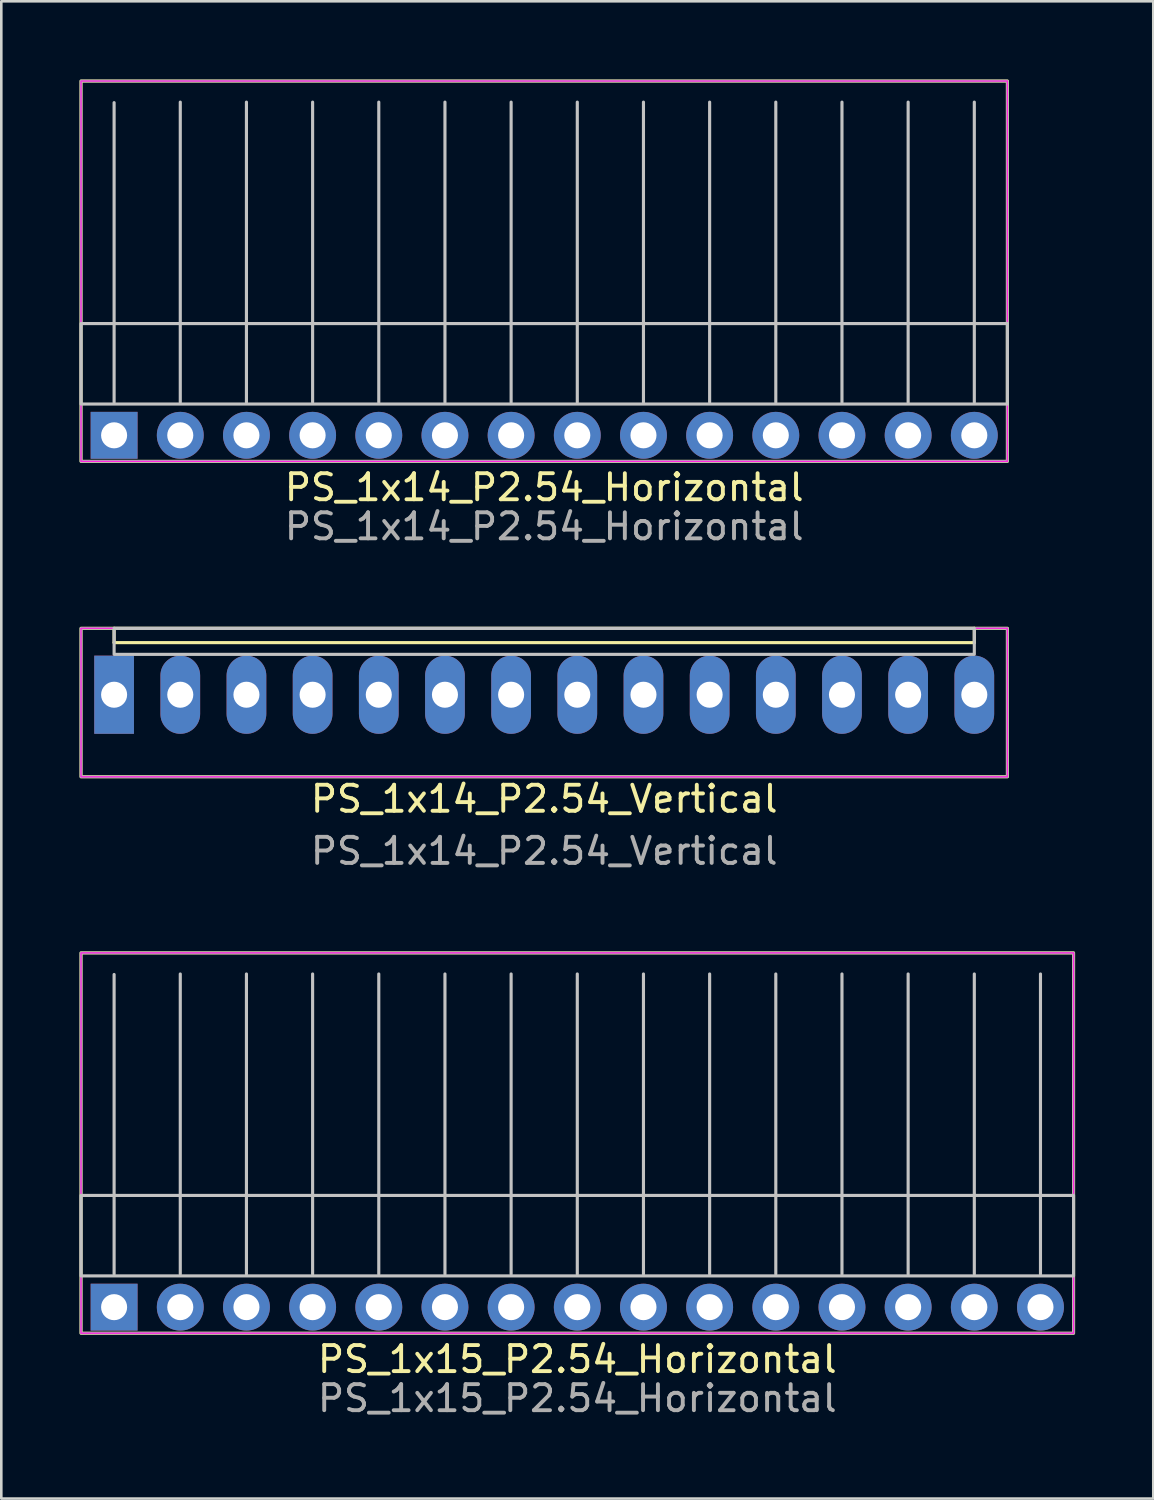
<source format=kicad_pcb>
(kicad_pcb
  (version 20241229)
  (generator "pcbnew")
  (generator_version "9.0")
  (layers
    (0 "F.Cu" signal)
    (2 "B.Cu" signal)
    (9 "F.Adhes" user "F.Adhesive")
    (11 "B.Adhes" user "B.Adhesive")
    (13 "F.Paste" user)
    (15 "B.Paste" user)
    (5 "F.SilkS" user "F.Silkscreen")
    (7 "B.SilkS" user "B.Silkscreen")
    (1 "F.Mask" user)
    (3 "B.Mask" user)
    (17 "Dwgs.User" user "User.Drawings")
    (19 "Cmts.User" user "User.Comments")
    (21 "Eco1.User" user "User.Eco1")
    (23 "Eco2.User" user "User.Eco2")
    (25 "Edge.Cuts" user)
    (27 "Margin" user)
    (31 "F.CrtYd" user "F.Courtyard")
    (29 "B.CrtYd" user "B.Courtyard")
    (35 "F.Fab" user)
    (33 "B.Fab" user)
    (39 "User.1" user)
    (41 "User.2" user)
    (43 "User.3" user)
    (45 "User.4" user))
  (footprint "PS_1x14_P2.54_Horizontal"
    (layer "F.Cu")
    (at 1.33 13.66)
    (property "Reference" "PS_1x14_P2.54_Horizontal" (at 16.51 2 0) (layer "F.SilkS") (effects (font (size 1 1) (thickness 0.15))))
    (attr through_hole)
    (fp_rect (start -1.27 -13.6) (end 34.29 1) (stroke (width 0.12) (type default)) (fill no) (layer "F.SilkS"))
    (fp_line (start 0 -1.27) (end 0 -12.77) (stroke (width 0.12) (type solid)) (layer "Dwgs.User"))
    (fp_line (start 2.54 -1.27) (end 2.54 -12.79) (stroke (width 0.12) (type solid)) (layer "Dwgs.User"))
    (fp_line (start 5.08 -1.27) (end 5.08 -12.79) (stroke (width 0.12) (type solid)) (layer "Dwgs.User"))
    (fp_line (start 7.62 -1.27) (end 7.62 -12.79) (stroke (width 0.12) (type solid)) (layer "Dwgs.User"))
    (fp_line (start 10.16 -1.27) (end 10.16 -12.79) (stroke (width 0.12) (type solid)) (layer "Dwgs.User"))
    (fp_line (start 12.7 -1.27) (end 12.7 -12.79) (stroke (width 0.12) (type solid)) (layer "Dwgs.User"))
    (fp_line (start 15.24 -1.27) (end 15.24 -12.79) (stroke (width 0.12) (type solid)) (layer "Dwgs.User"))
    (fp_line (start 17.78 -1.27) (end 17.78 -12.79) (stroke (width 0.12) (type solid)) (layer "Dwgs.User"))
    (fp_line (start 20.32 -1.27) (end 20.32 -12.79) (stroke (width 0.12) (type solid)) (layer "Dwgs.User"))
    (fp_line (start 22.86 -1.27) (end 22.86 -12.79) (stroke (width 0.12) (type solid)) (layer "Dwgs.User"))
    (fp_line (start 25.4 -1.27) (end 25.4 -12.79) (stroke (width 0.12) (type solid)) (layer "Dwgs.User"))
    (fp_line (start 27.94 -1.27) (end 27.94 -12.79) (stroke (width 0.12) (type solid)) (layer "Dwgs.User"))
    (fp_line (start 30.48 -1.27) (end 30.48 -12.79) (stroke (width 0.12) (type solid)) (layer "Dwgs.User"))
    (fp_line (start 33.02 -1.27) (end 33.02 -12.79) (stroke (width 0.12) (type solid)) (layer "Dwgs.User"))
    (fp_rect (start -1.27 -4.29) (end 34.29 -1.2) (stroke (width 0.12) (type solid)) (fill no) (layer "Dwgs.User"))
    (fp_rect (start -1.27 -13.6) (end 34.29 1) (stroke (width 0.05) (type default)) (fill no) (layer "F.CrtYd"))
    (fp_rect (start -1.27 -13.6) (end 34.29 1) (stroke (width 0.1) (type default)) (fill no) (layer "F.Fab"))
    (fp_text user "${REFERENCE}" (at 16.51 3.5 0) (layer "F.Fab") (effects (font (size 1 1) (thickness 0.15))))
    (pad "1" thru_hole rect (at 0 0) (size 1.8 1.8) (drill 1) (layers "*.Cu" "*.Mask"))
    (pad "2" thru_hole circle (at 2.54 0) (size 1.8 1.8) (drill 1) (layers "*.Cu" "*.Mask"))
    (pad "3" thru_hole circle (at 5.08 0) (size 1.8 1.8) (drill 1) (layers "*.Cu" "*.Mask"))
    (pad "4" thru_hole circle (at 7.62 0) (size 1.8 1.8) (drill 1) (layers "*.Cu" "*.Mask"))
    (pad "5" thru_hole circle (at 10.16 0) (size 1.8 1.8) (drill 1) (layers "*.Cu" "*.Mask"))
    (pad "6" thru_hole circle (at 12.7 0) (size 1.8 1.8) (drill 1) (layers "*.Cu" "*.Mask"))
    (pad "7" thru_hole circle (at 15.24 0) (size 1.8 1.8) (drill 1) (layers "*.Cu" "*.Mask"))
    (pad "8" thru_hole circle (at 17.78 0) (size 1.8 1.8) (drill 1) (layers "*.Cu" "*.Mask"))
    (pad "9" thru_hole circle (at 20.32 0) (size 1.8 1.8) (drill 1) (layers "*.Cu" "*.Mask"))
    (pad "10" thru_hole circle (at 22.86 0) (size 1.8 1.8) (drill 1) (layers "*.Cu" "*.Mask"))
    (pad "11" thru_hole circle (at 25.4 0) (size 1.8 1.8) (drill 1) (layers "*.Cu" "*.Mask"))
    (pad "12" thru_hole circle (at 27.94 0) (size 1.8 1.8) (drill 1) (layers "*.Cu" "*.Mask"))
    (pad "13" thru_hole circle (at 30.48 0) (size 1.8 1.8) (drill 1) (layers "*.Cu" "*.Mask"))
    (pad "14" thru_hole circle (at 33.02 0) (size 1.8 1.8) (drill 1) (layers "*.Cu" "*.Mask")))
  (footprint "PS_1x14_P2.54_Vertical"
    (layer "F.Cu")
    (at 1.33 23.618)
    (property "Reference" "PS_1x14_P2.54_Vertical" (at 16.51 4 0) (layer "F.SilkS") (effects (font (size 1 1) (thickness 0.15))))
    (attr through_hole)
    (fp_line (start 0 -2) (end 0 -2.55) (stroke (width 0.12) (type default)) (layer "F.SilkS"))
    (fp_line (start 0 -2) (end 33.02 -2) (stroke (width 0.12) (type default)) (layer "F.SilkS"))
    (fp_line (start 33.02 -2) (end 33.02 -2.55) (stroke (width 0.12) (type default)) (layer "F.SilkS"))
    (fp_rect (start -1.27 -2.55) (end 34.29 3.15) (stroke (width 0.12) (type default)) (fill no) (layer "F.SilkS"))
    (fp_rect (start 0 -2.55) (end 33.02 -1.55) (stroke (width 0.12) (type solid)) (fill no) (layer "Dwgs.User"))
    (fp_rect (start -1.27 -2.55) (end 34.29 3.15) (stroke (width 0.05) (type default)) (fill no) (layer "F.CrtYd"))
    (fp_rect (start -1.27 -2.55) (end 34.29 3.15) (stroke (width 0.1) (type default)) (fill no) (layer "F.Fab"))
    (fp_text user "${REFERENCE}" (at 16.51 6 0) (layer "F.Fab") (effects (font (size 1 1) (thickness 0.15))))
    (pad "1" thru_hole rect (at 0 0) (size 1.524 3) (drill 1) (layers "*.Cu" "*.Mask"))
    (pad "2" thru_hole oval (at 2.54 0) (size 1.524 3) (drill 1) (layers "*.Cu" "*.Mask"))
    (pad "3" thru_hole oval (at 5.08 0) (size 1.524 3) (drill 1) (layers "*.Cu" "*.Mask"))
    (pad "4" thru_hole oval (at 7.62 0) (size 1.524 3) (drill 1) (layers "*.Cu" "*.Mask"))
    (pad "5" thru_hole oval (at 10.16 0) (size 1.524 3) (drill 1) (layers "*.Cu" "*.Mask"))
    (pad "6" thru_hole oval (at 12.7 0) (size 1.524 3) (drill 1) (layers "*.Cu" "*.Mask"))
    (pad "7" thru_hole oval (at 15.24 0) (size 1.524 3) (drill 1) (layers "*.Cu" "*.Mask"))
    (pad "8" thru_hole oval (at 17.78 0) (size 1.524 3) (drill 1) (layers "*.Cu" "*.Mask"))
    (pad "9" thru_hole oval (at 20.32 0) (size 1.524 3) (drill 1) (layers "*.Cu" "*.Mask"))
    (pad "10" thru_hole oval (at 22.86 0) (size 1.524 3) (drill 1) (layers "*.Cu" "*.Mask"))
    (pad "11" thru_hole oval (at 25.4 0) (size 1.524 3) (drill 1) (layers "*.Cu" "*.Mask"))
    (pad "12" thru_hole oval (at 27.94 0) (size 1.524 3) (drill 1) (layers "*.Cu" "*.Mask"))
    (pad "13" thru_hole oval (at 30.48 0) (size 1.524 3) (drill 1) (layers "*.Cu" "*.Mask"))
    (pad "14" thru_hole oval (at 33.02 0) (size 1.524 3) (drill 1) (layers "*.Cu" "*.Mask")))
  (footprint "PS_1x15_P2.54_Horizontal"
    (layer "F.Cu")
    (at 1.33 47.127)
    (property "Reference" "PS_1x15_P2.54_Horizontal" (at 17.78 2 0) (layer "F.SilkS") (effects (font (size 1 1) (thickness 0.15))))
    (attr through_hole)
    (fp_rect (start -1.27 -13.6) (end 36.83 1) (stroke (width 0.12) (type default)) (fill no) (layer "F.SilkS"))
    (fp_line (start 0 -1.27) (end 0 -12.77) (stroke (width 0.12) (type solid)) (layer "Dwgs.User"))
    (fp_line (start 2.54 -1.27) (end 2.54 -12.79) (stroke (width 0.12) (type solid)) (layer "Dwgs.User"))
    (fp_line (start 5.08 -1.27) (end 5.08 -12.79) (stroke (width 0.12) (type solid)) (layer "Dwgs.User"))
    (fp_line (start 7.62 -1.27) (end 7.62 -12.79) (stroke (width 0.12) (type solid)) (layer "Dwgs.User"))
    (fp_line (start 10.16 -1.27) (end 10.16 -12.79) (stroke (width 0.12) (type solid)) (layer "Dwgs.User"))
    (fp_line (start 12.7 -1.27) (end 12.7 -12.79) (stroke (width 0.12) (type solid)) (layer "Dwgs.User"))
    (fp_line (start 15.24 -1.27) (end 15.24 -12.79) (stroke (width 0.12) (type solid)) (layer "Dwgs.User"))
    (fp_line (start 17.78 -1.27) (end 17.78 -12.79) (stroke (width 0.12) (type solid)) (layer "Dwgs.User"))
    (fp_line (start 20.32 -1.27) (end 20.32 -12.79) (stroke (width 0.12) (type solid)) (layer "Dwgs.User"))
    (fp_line (start 22.86 -1.27) (end 22.86 -12.79) (stroke (width 0.12) (type solid)) (layer "Dwgs.User"))
    (fp_line (start 25.4 -1.27) (end 25.4 -12.79) (stroke (width 0.12) (type solid)) (layer "Dwgs.User"))
    (fp_line (start 27.94 -1.27) (end 27.94 -12.79) (stroke (width 0.12) (type solid)) (layer "Dwgs.User"))
    (fp_line (start 30.48 -1.27) (end 30.48 -12.79) (stroke (width 0.12) (type solid)) (layer "Dwgs.User"))
    (fp_line (start 33.02 -1.27) (end 33.02 -12.79) (stroke (width 0.12) (type solid)) (layer "Dwgs.User"))
    (fp_line (start 35.56 -1.27) (end 35.56 -12.79) (stroke (width 0.12) (type solid)) (layer "Dwgs.User"))
    (fp_rect (start -1.27 -4.29) (end 36.83 -1.2) (stroke (width 0.12) (type solid)) (fill no) (layer "Dwgs.User"))
    (fp_rect (start -1.27 -13.6) (end 36.83 1) (stroke (width 0.05) (type default)) (fill no) (layer "F.CrtYd"))
    (fp_rect (start -1.27 -13.6) (end 36.83 1) (stroke (width 0.1) (type default)) (fill no) (layer "F.Fab"))
    (fp_text user "${REFERENCE}" (at 17.78 3.5 0) (layer "F.Fab") (effects (font (size 1 1) (thickness 0.15))))
    (pad "1" thru_hole rect (at 0 0) (size 1.8 1.8) (drill 1) (layers "*.Cu" "*.Mask"))
    (pad "2" thru_hole circle (at 2.54 0) (size 1.8 1.8) (drill 1) (layers "*.Cu" "*.Mask"))
    (pad "3" thru_hole circle (at 5.08 0) (size 1.8 1.8) (drill 1) (layers "*.Cu" "*.Mask"))
    (pad "4" thru_hole circle (at 7.62 0) (size 1.8 1.8) (drill 1) (layers "*.Cu" "*.Mask"))
    (pad "5" thru_hole circle (at 10.16 0) (size 1.8 1.8) (drill 1) (layers "*.Cu" "*.Mask"))
    (pad "6" thru_hole circle (at 12.7 0) (size 1.8 1.8) (drill 1) (layers "*.Cu" "*.Mask"))
    (pad "7" thru_hole circle (at 15.24 0) (size 1.8 1.8) (drill 1) (layers "*.Cu" "*.Mask"))
    (pad "8" thru_hole circle (at 17.78 0) (size 1.8 1.8) (drill 1) (layers "*.Cu" "*.Mask"))
    (pad "9" thru_hole circle (at 20.32 0) (size 1.8 1.8) (drill 1) (layers "*.Cu" "*.Mask"))
    (pad "10" thru_hole circle (at 22.86 0) (size 1.8 1.8) (drill 1) (layers "*.Cu" "*.Mask"))
    (pad "11" thru_hole circle (at 25.4 0) (size 1.8 1.8) (drill 1) (layers "*.Cu" "*.Mask"))
    (pad "12" thru_hole circle (at 27.94 0) (size 1.8 1.8) (drill 1) (layers "*.Cu" "*.Mask"))
    (pad "13" thru_hole circle (at 30.48 0) (size 1.8 1.8) (drill 1) (layers "*.Cu" "*.Mask"))
    (pad "14" thru_hole circle (at 33.02 0) (size 1.8 1.8) (drill 1) (layers "*.Cu" "*.Mask"))
    (pad "15" thru_hole circle (at 35.56 0) (size 1.8 1.8) (drill 1) (layers "*.Cu" "*.Mask")))
  (gr_rect
    (start -3 -3)
    (end 41.22 54.475)
    (stroke (width 0.1) (type default))
    (fill no)
    (layer "Edge.Cuts")))
</source>
